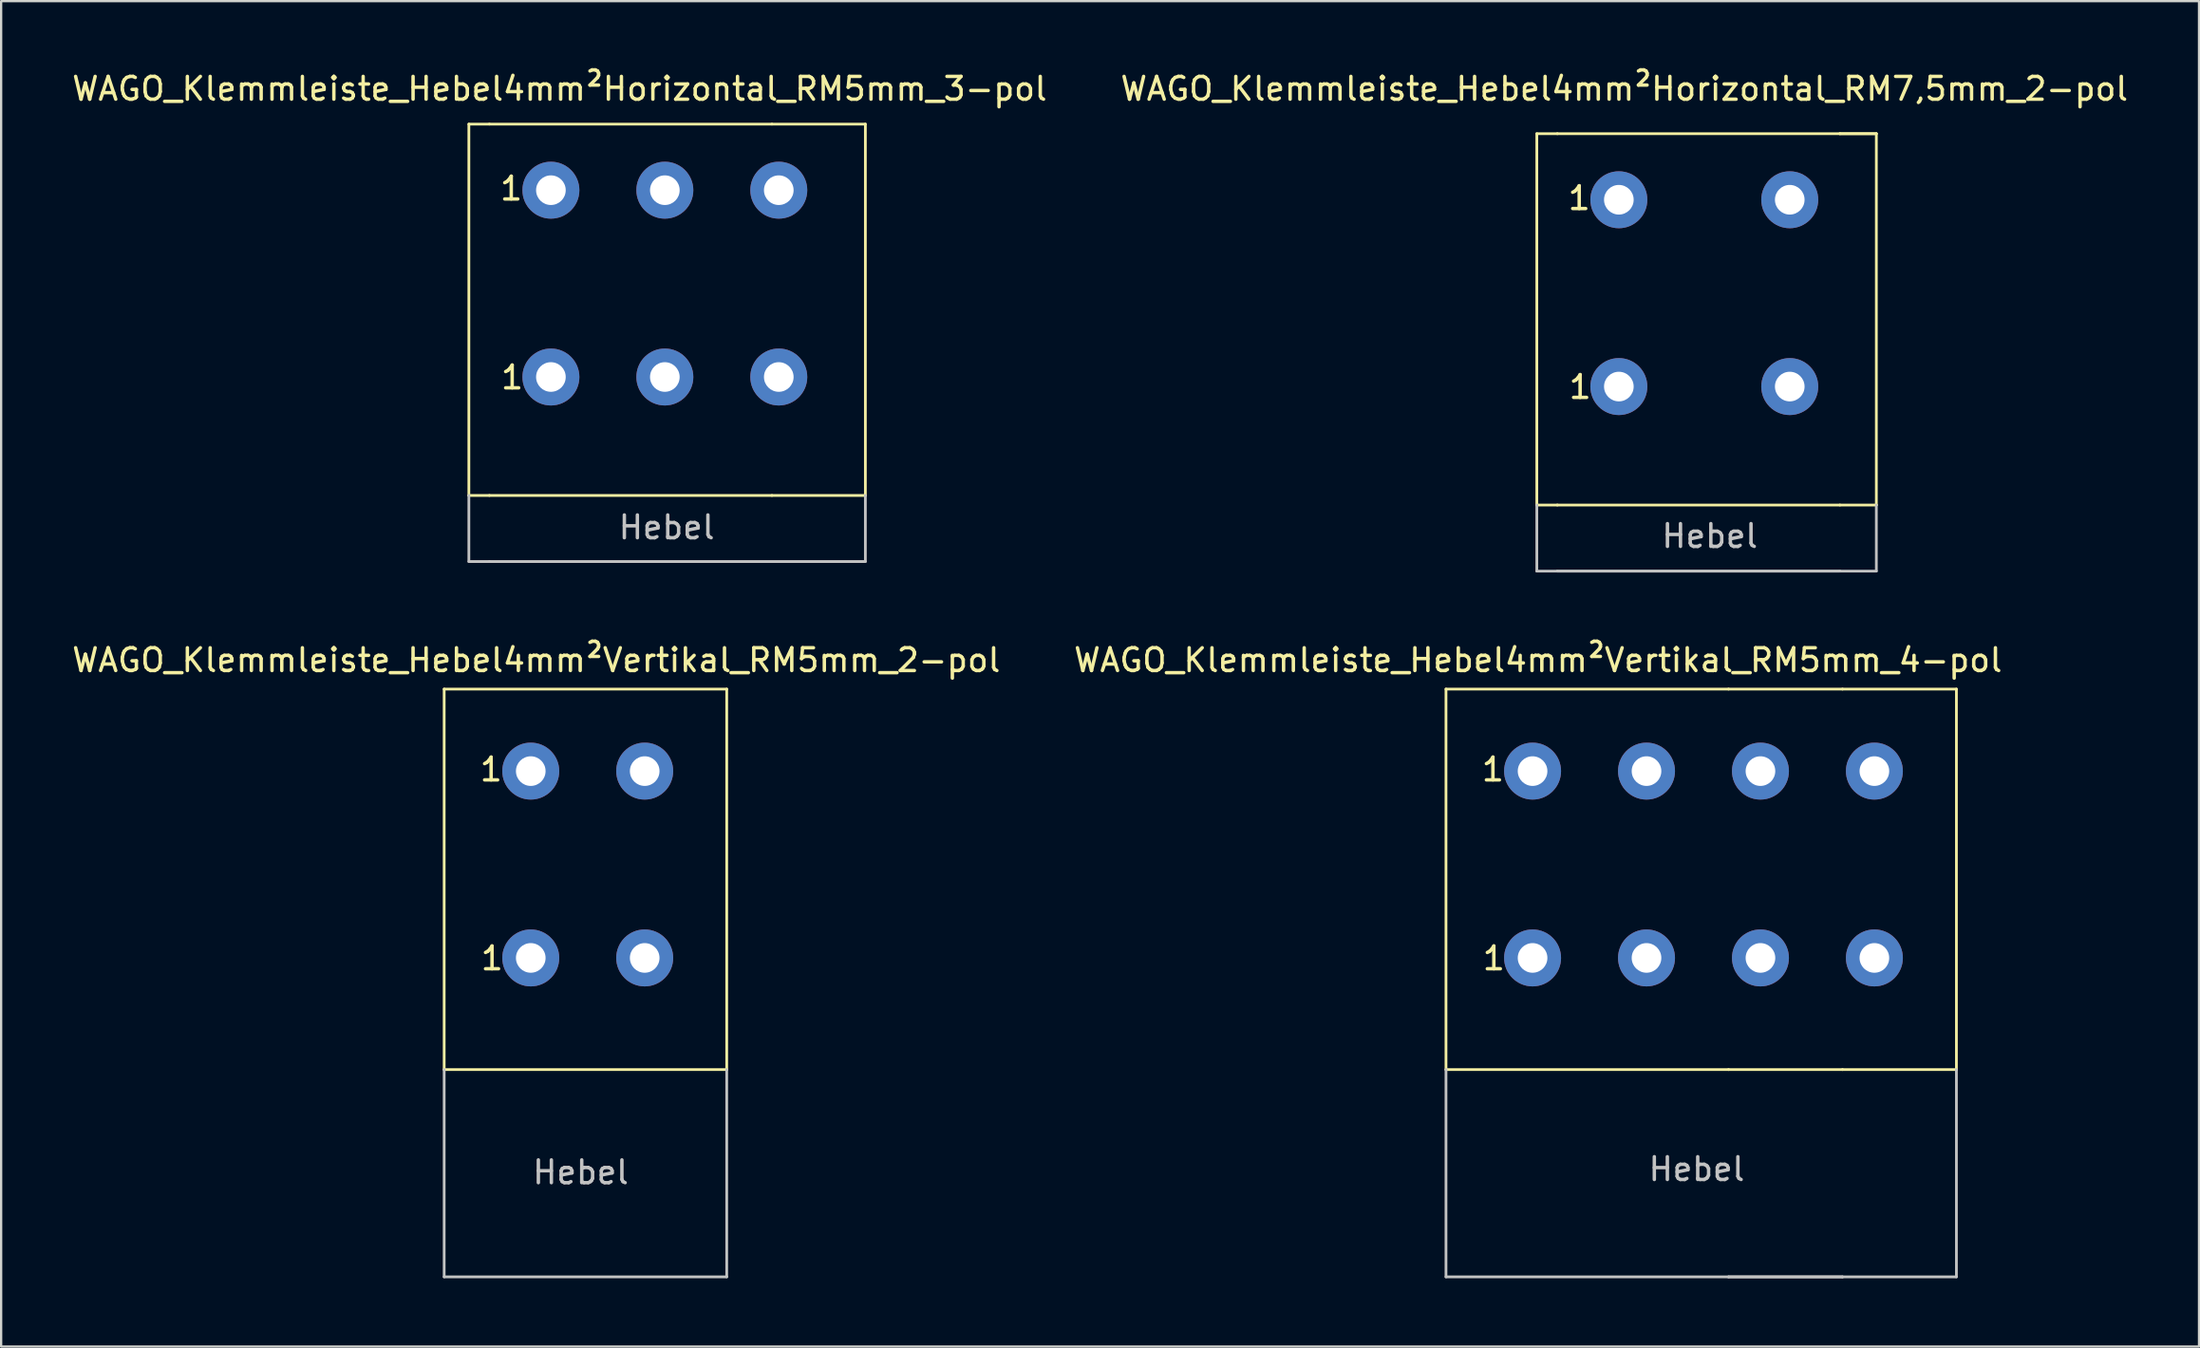
<source format=kicad_pcb>
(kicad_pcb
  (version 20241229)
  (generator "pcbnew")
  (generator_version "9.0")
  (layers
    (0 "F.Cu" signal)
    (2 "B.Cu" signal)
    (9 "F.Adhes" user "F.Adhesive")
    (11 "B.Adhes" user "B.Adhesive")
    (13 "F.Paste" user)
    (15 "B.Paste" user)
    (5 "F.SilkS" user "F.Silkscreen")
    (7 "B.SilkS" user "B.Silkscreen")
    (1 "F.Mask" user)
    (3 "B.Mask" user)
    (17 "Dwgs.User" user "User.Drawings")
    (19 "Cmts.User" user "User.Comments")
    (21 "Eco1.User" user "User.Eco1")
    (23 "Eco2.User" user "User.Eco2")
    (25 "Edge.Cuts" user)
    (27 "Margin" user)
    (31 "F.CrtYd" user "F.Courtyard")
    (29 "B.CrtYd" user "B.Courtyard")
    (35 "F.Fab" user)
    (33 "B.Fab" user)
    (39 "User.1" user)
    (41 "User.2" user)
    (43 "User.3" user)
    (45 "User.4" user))
  (footprint "WAGO_Klemmleiste_Hebel4mm²Horizontal_RM7,5mm_2-pol"
    (layer "F.Cu")
    (at 67.992 5.718)
    (property "Reference" "WAGO_Klemmleiste_Hebel4mm²Horizontal_RM7,5mm_2-pol" (at 0.24 -4.87 0) (layer "F.SilkS") (effects (font (size 1 1) (thickness 0.15))))
    (attr through_hole)
    (fp_line (start -3.6 -2.9) (end -3.6 13.4) (stroke (width 0.12) (type solid)) (layer "F.SilkS"))
    (fp_line (start -3.6 13.4) (end -2.7 13.4) (stroke (width 0.12) (type solid)) (layer "F.SilkS"))
    (fp_line (start -2.7 -2.9) (end -3.6 -2.9) (stroke (width 0.12) (type solid)) (layer "F.SilkS"))
    (fp_line (start -2.7 -2.9) (end 9.7 -2.9) (stroke (width 0.12) (type solid)) (layer "F.SilkS"))
    (fp_line (start 9.7 -2.9) (end 11.3 -2.9) (stroke (width 0.12) (type solid)) (layer "F.SilkS"))
    (fp_line (start 9.7 13.4) (end -2.7 13.4) (stroke (width 0.12) (type solid)) (layer "F.SilkS"))
    (fp_line (start 9.7 13.4) (end 11.3 13.4) (stroke (width 0.12) (type solid)) (layer "F.SilkS"))
    (fp_line (start 11.3 -2.9) (end 9.7 -2.9) (stroke (width 0.12) (type solid)) (layer "F.SilkS"))
    (fp_line (start 11.3 -2.9) (end 11.3 13.4) (stroke (width 0.12) (type solid)) (layer "F.SilkS"))
    (fp_line (start -3.6 13.4) (end -3.6 16.3) (stroke (width 0.12) (type solid)) (layer "Dwgs.User"))
    (fp_line (start -3.6 16.3) (end -2.7 16.3) (stroke (width 0.12) (type solid)) (layer "Dwgs.User"))
    (fp_line (start -2.7 16.3) (end 9.7 16.3) (stroke (width 0.12) (type solid)) (layer "Dwgs.User"))
    (fp_line (start -2.7 16.3) (end 9.7 16.3) (stroke (width 0.12) (type solid)) (layer "Dwgs.User"))
    (fp_line (start 11.3 13.4) (end 11.3 16.3) (stroke (width 0.12) (type solid)) (layer "Dwgs.User"))
    (fp_line (start 11.3 16.3) (end 9.7 16.3) (stroke (width 0.12) (type solid)) (layer "Dwgs.User"))
    (fp_text user "1" (at -1.74 -0.07 0) (layer "F.SilkS") (effects (font (size 1 1) (thickness 0.15))))
    (fp_text user "1" (at -1.7 8.22 0) (layer "F.SilkS") (effects (font (size 1 1) (thickness 0.15))))
    (fp_text user "Hebel" (at 3.99 14.76 0) (layer "Dwgs.User") (effects (font (size 1 1) (thickness 0.15))))
    (pad "1" thru_hole circle (at 0 0) (size 2.5 2.5) (drill 1.3) (layers "*.Cu" "*.Mask"))
    (pad "1" thru_hole circle (at 0 8.2) (size 2.5 2.5) (drill 1.3) (layers "*.Cu" "*.Mask"))
    (pad "2" thru_hole circle (at 7.5 0) (size 2.5 2.5) (drill 1.3) (layers "*.Cu" "*.Mask"))
    (pad "2" thru_hole circle (at 7.5 8.2) (size 2.5 2.5) (drill 1.3) (layers "*.Cu" "*.Mask")))
  (footprint "WAGO_Klemmleiste_Hebel4mm²Horizontal_RM5mm_3-pol"
    (layer "F.Cu")
    (at 21.126 5.298)
    (property "Reference" "WAGO_Klemmleiste_Hebel4mm²Horizontal_RM5mm_3-pol" (at 0.38 -4.45 0) (layer "F.SilkS") (effects (font (size 1 1) (thickness 0.15))))
    (attr through_hole)
    (fp_line (start -3.6 -2.9) (end -3.6 13.4) (stroke (width 0.12) (type solid)) (layer "F.SilkS"))
    (fp_line (start -3.6 13.4) (end -2.7 13.4) (stroke (width 0.12) (type solid)) (layer "F.SilkS"))
    (fp_line (start -2.7 -2.9) (end -3.6 -2.9) (stroke (width 0.12) (type solid)) (layer "F.SilkS"))
    (fp_line (start -2.7 -2.9) (end 9.7 -2.9) (stroke (width 0.12) (type solid)) (layer "F.SilkS"))
    (fp_line (start 9.7 -2.9) (end 13.8 -2.9) (stroke (width 0.12) (type solid)) (layer "F.SilkS"))
    (fp_line (start 9.7 13.4) (end -2.7 13.4) (stroke (width 0.12) (type solid)) (layer "F.SilkS"))
    (fp_line (start 13.8 -2.9) (end 13.8 13.4) (stroke (width 0.12) (type solid)) (layer "F.SilkS"))
    (fp_line (start 13.8 13.4) (end 9.7 13.4) (stroke (width 0.12) (type solid)) (layer "F.SilkS"))
    (fp_line (start -3.6 13.4) (end -3.6 16.3) (stroke (width 0.12) (type solid)) (layer "Dwgs.User"))
    (fp_line (start -3.6 16.3) (end -2.7 16.3) (stroke (width 0.12) (type solid)) (layer "Dwgs.User"))
    (fp_line (start -2.7 16.3) (end 13.8 16.3) (stroke (width 0.12) (type solid)) (layer "Dwgs.User"))
    (fp_line (start 13.8 13.4) (end 13.8 16.3) (stroke (width 0.12) (type solid)) (layer "Dwgs.User"))
    (fp_text user "1" (at -1.74 -0.07 0) (layer "F.SilkS") (effects (font (size 1 1) (thickness 0.15))))
    (fp_text user "1" (at -1.7 8.22 0) (layer "F.SilkS") (effects (font (size 1 1) (thickness 0.15))))
    (fp_text user "Hebel" (at 5.08 14.8 0) (layer "Dwgs.User") (effects (font (size 1 1) (thickness 0.15))))
    (pad "1" thru_hole circle (at 0 0) (size 2.5 2.5) (drill 1.3) (layers "*.Cu" "*.Mask"))
    (pad "1" thru_hole circle (at 0 8.2) (size 2.5 2.5) (drill 1.3) (layers "*.Cu" "*.Mask"))
    (pad "2" thru_hole circle (at 5 0) (size 2.5 2.5) (drill 1.3) (layers "*.Cu" "*.Mask"))
    (pad "2" thru_hole circle (at 5 8.2) (size 2.5 2.5) (drill 1.3) (layers "*.Cu" "*.Mask"))
    (pad "3" thru_hole circle (at 10 0) (size 2.5 2.5) (drill 1.3) (layers "*.Cu" "*.Mask"))
    (pad "3" thru_hole circle (at 10 8.2) (size 2.5 2.5) (drill 1.3) (layers "*.Cu" "*.Mask")))
  (footprint "WAGO_Klemmleiste_Hebel4mm²Vertikal_RM5mm_2-pol"
    (layer "F.Cu")
    (at 20.242 30.797)
    (property "Reference" "WAGO_Klemmleiste_Hebel4mm²Vertikal_RM5mm_2-pol" (at 0.24 -4.87 0) (layer "F.SilkS") (effects (font (size 1 1) (thickness 0.15))))
    (attr through_hole)
    (fp_line (start -3.8 -3.6) (end -3.8 13.1) (stroke (width 0.12) (type solid)) (layer "F.SilkS"))
    (fp_line (start -3.8 13.1) (end 8.6 13.1) (stroke (width 0.12) (type solid)) (layer "F.SilkS"))
    (fp_line (start 8.6 -3.6) (end -3.8 -3.6) (stroke (width 0.12) (type solid)) (layer "F.SilkS"))
    (fp_line (start 8.6 13.1) (end 8.6 -3.6) (stroke (width 0.12) (type solid)) (layer "F.SilkS"))
    (fp_line (start -3.8 13.1) (end -3.8 22.2) (stroke (width 0.12) (type solid)) (layer "Dwgs.User"))
    (fp_line (start -3.8 22.2) (end 8.6 22.2) (stroke (width 0.12) (type solid)) (layer "Dwgs.User"))
    (fp_line (start 8.6 22.2) (end 8.6 13.1) (stroke (width 0.12) (type solid)) (layer "Dwgs.User"))
    (fp_text user "1" (at -1.7 8.22 0) (layer "F.SilkS") (effects (font (size 1 1) (thickness 0.15))))
    (fp_text user "1" (at -1.74 -0.07 0) (layer "F.SilkS") (effects (font (size 1 1) (thickness 0.15))))
    (fp_text user "Hebel" (at 2.19 17.61 0) (layer "Dwgs.User") (effects (font (size 1 1) (thickness 0.15))))
    (pad "1" thru_hole circle (at 0 0) (size 2.5 2.5) (drill 1.3) (layers "*.Cu" "*.Mask"))
    (pad "1" thru_hole circle (at 0 8.2) (size 2.5 2.5) (drill 1.3) (layers "*.Cu" "*.Mask"))
    (pad "2" thru_hole circle (at 5 0) (size 2.5 2.5) (drill 1.3) (layers "*.Cu" "*.Mask"))
    (pad "2" thru_hole circle (at 5 8.2) (size 2.5 2.5) (drill 1.3) (layers "*.Cu" "*.Mask")))
  (footprint "WAGO_Klemmleiste_Hebel4mm²Vertikal_RM5mm_4-pol"
    (layer "F.Cu")
    (at 64.206 30.797)
    (property "Reference" "WAGO_Klemmleiste_Hebel4mm²Vertikal_RM5mm_4-pol" (at 0.24 -4.87 0) (layer "F.SilkS") (effects (font (size 1 1) (thickness 0.15))))
    (attr through_hole)
    (fp_line (start -3.8 -3.6) (end -3.8 13.1) (stroke (width 0.12) (type solid)) (layer "F.SilkS"))
    (fp_line (start -3.8 13.1) (end 8.6 13.1) (stroke (width 0.12) (type solid)) (layer "F.SilkS"))
    (fp_line (start 8.6 -3.6) (end -3.8 -3.6) (stroke (width 0.12) (type solid)) (layer "F.SilkS"))
    (fp_line (start 8.6 13.1) (end 13.6 13.1) (stroke (width 0.12) (type solid)) (layer "F.SilkS"))
    (fp_line (start 13.6 -3.6) (end 8.6 -3.6) (stroke (width 0.12) (type solid)) (layer "F.SilkS"))
    (fp_line (start 13.6 -3.6) (end 18.6 -3.6) (stroke (width 0.12) (type solid)) (layer "F.SilkS"))
    (fp_line (start 18.6 -3.6) (end 18.6 13.1) (stroke (width 0.12) (type solid)) (layer "F.SilkS"))
    (fp_line (start 18.6 13.1) (end 13.6 13.1) (stroke (width 0.12) (type solid)) (layer "F.SilkS"))
    (fp_line (start -3.8 13.1) (end -3.8 22.2) (stroke (width 0.12) (type solid)) (layer "Dwgs.User"))
    (fp_line (start -3.8 22.2) (end 8.6 22.2) (stroke (width 0.12) (type solid)) (layer "Dwgs.User"))
    (fp_line (start 8.6 22.2) (end 13.6 22.2) (stroke (width 0.12) (type solid)) (layer "Dwgs.User"))
    (fp_line (start 13.6 22.2) (end 8.6 22.2) (stroke (width 0.12) (type solid)) (layer "Dwgs.User"))
    (fp_line (start 13.6 22.2) (end 18.6 22.2) (stroke (width 0.12) (type solid)) (layer "Dwgs.User"))
    (fp_line (start 18.6 22.2) (end 18.6 13.1) (stroke (width 0.12) (type solid)) (layer "Dwgs.User"))
    (fp_text user "1" (at -1.74 -0.07 0) (layer "F.SilkS") (effects (font (size 1 1) (thickness 0.15))))
    (fp_text user "1" (at -1.7 8.22 0) (layer "F.SilkS") (effects (font (size 1 1) (thickness 0.15))))
    (fp_text user "Hebel" (at 7.2 17.47 0) (layer "Dwgs.User") (effects (font (size 1 1) (thickness 0.15))))
    (pad "1" thru_hole circle (at 0 0) (size 2.5 2.5) (drill 1.3) (layers "*.Cu" "*.Mask"))
    (pad "1" thru_hole circle (at 0 8.2) (size 2.5 2.5) (drill 1.3) (layers "*.Cu" "*.Mask"))
    (pad "2" thru_hole circle (at 5 0) (size 2.5 2.5) (drill 1.3) (layers "*.Cu" "*.Mask"))
    (pad "2" thru_hole circle (at 5 8.2) (size 2.5 2.5) (drill 1.3) (layers "*.Cu" "*.Mask"))
    (pad "3" thru_hole circle (at 10 0) (size 2.5 2.5) (drill 1.3) (layers "*.Cu" "*.Mask"))
    (pad "3" thru_hole circle (at 10 8.2) (size 2.5 2.5) (drill 1.3) (layers "*.Cu" "*.Mask"))
    (pad "4" thru_hole circle (at 15 0) (size 2.5 2.5) (drill 1.3) (layers "*.Cu" "*.Mask"))
    (pad "4" thru_hole circle (at 15 8.2) (size 2.5 2.5) (drill 1.3) (layers "*.Cu" "*.Mask")))
  (gr_rect
    (start -3 -3)
    (end 93.452 56.056)
    (stroke (width 0.1) (type default))
    (fill no)
    (layer "Edge.Cuts")))
</source>
